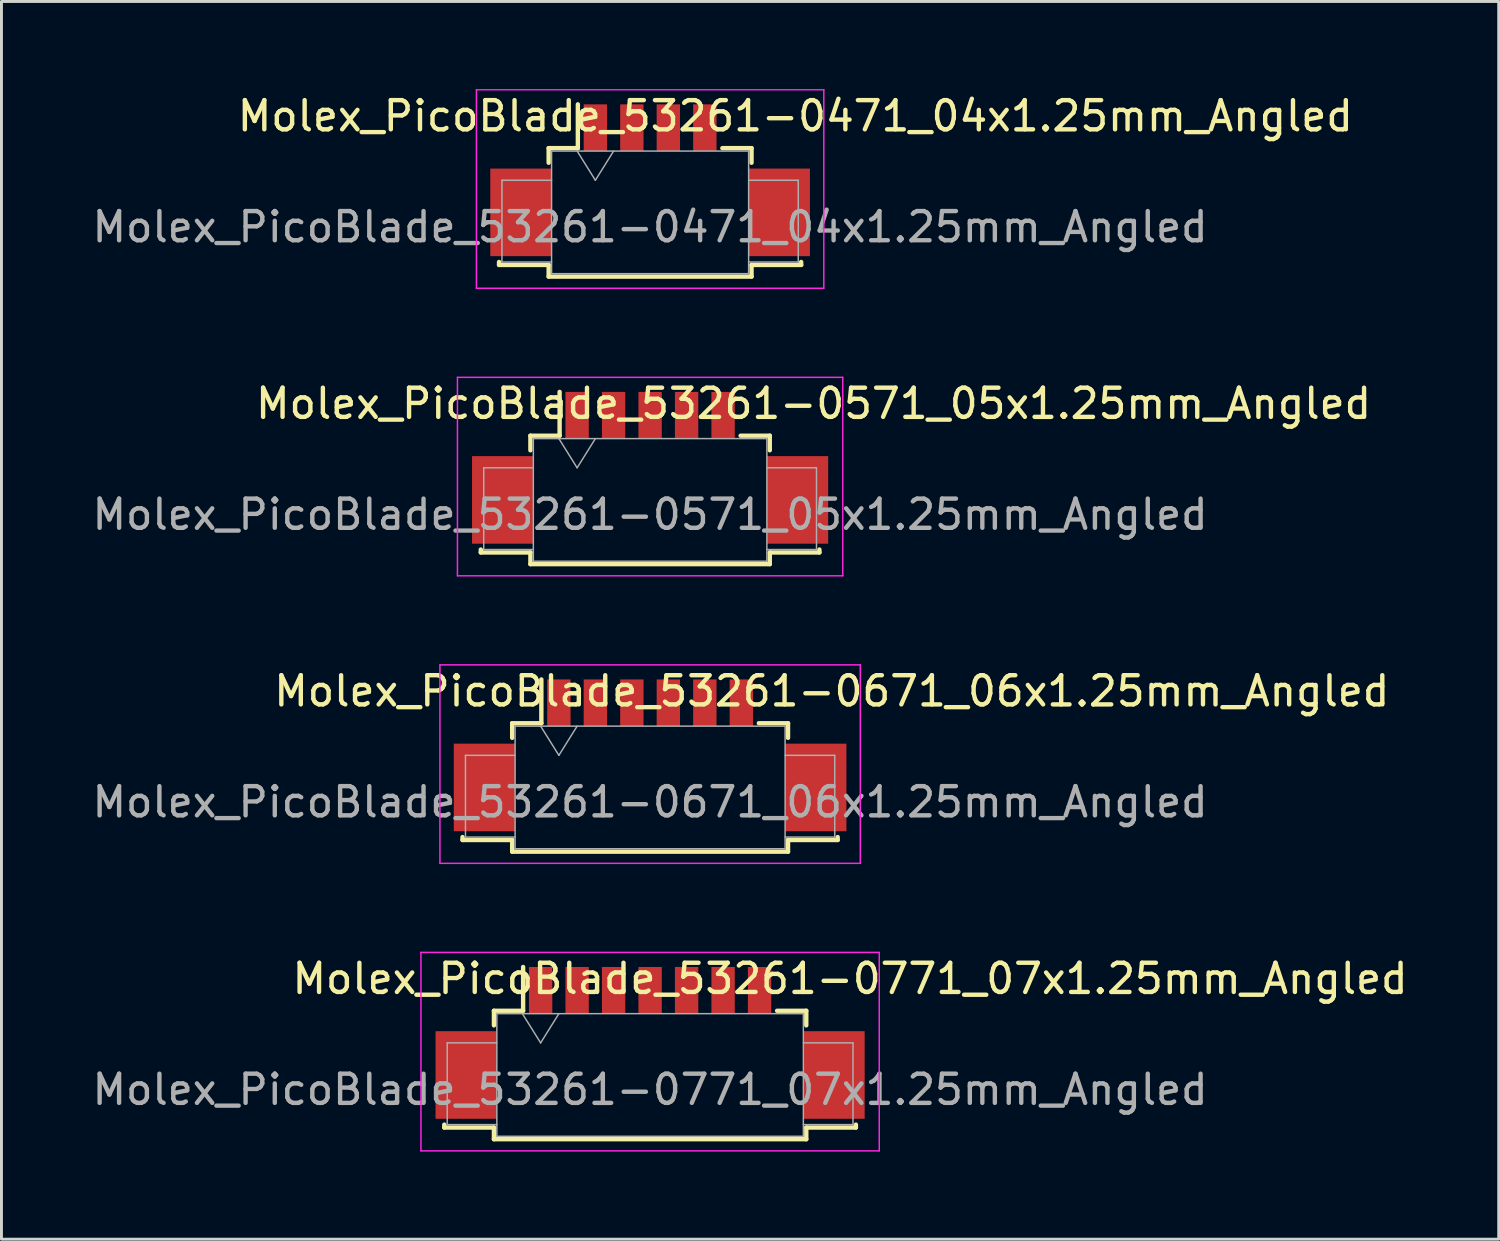
<source format=kicad_pcb>
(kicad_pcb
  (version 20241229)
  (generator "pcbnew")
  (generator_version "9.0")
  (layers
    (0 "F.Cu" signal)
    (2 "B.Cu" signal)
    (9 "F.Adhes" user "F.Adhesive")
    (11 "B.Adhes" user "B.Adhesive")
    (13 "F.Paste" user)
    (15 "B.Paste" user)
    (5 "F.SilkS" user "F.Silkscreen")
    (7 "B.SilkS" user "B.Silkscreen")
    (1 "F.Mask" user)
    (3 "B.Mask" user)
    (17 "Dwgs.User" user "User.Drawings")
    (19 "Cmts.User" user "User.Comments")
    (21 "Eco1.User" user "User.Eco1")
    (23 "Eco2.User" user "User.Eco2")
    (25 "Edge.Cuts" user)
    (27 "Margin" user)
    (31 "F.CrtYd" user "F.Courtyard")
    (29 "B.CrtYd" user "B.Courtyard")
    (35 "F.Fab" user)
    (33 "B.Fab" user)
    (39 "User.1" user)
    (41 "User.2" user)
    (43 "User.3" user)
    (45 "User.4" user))
  (footprint "Molex_PicoBlade_53261-0571_05x1.25mm_Angled"
    (layer "F.Cu")
    (at 19.22 14.075)
    (property "Reference" "Molex_PicoBlade_53261-0571_05x1.25mm_Angled" (at 0 0.5 0) (layer "F.Fab") (effects (font (size 1 1) (thickness 0.15))))
    (attr through_hole)
    (fp_line (start -5.8 1.7) (end -5.8 1.8) (stroke (width 0.15) (type solid)) (layer "F.SilkS"))
    (fp_line (start -5.8 1.8) (end -4.1 1.8) (stroke (width 0.15) (type solid)) (layer "F.SilkS"))
    (fp_line (start -4.1 -2.2) (end -4.1 -1.7) (stroke (width 0.15) (type solid)) (layer "F.SilkS"))
    (fp_line (start -4.1 1.8) (end -4.1 2.2) (stroke (width 0.15) (type solid)) (layer "F.SilkS"))
    (fp_line (start -4.1 2.2) (end 4.1 2.2) (stroke (width 0.15) (type solid)) (layer "F.SilkS"))
    (fp_line (start -3.1 -3.7) (end -3.1 -2.2) (stroke (width 0.15) (type solid)) (layer "F.SilkS"))
    (fp_line (start -3.1 -2.2) (end -4.1 -2.2) (stroke (width 0.15) (type solid)) (layer "F.SilkS"))
    (fp_line (start 3.1 -2.2) (end 4.1 -2.2) (stroke (width 0.15) (type solid)) (layer "F.SilkS"))
    (fp_line (start 4.1 -2.2) (end 4.1 -1.7) (stroke (width 0.15) (type solid)) (layer "F.SilkS"))
    (fp_line (start 4.1 1.8) (end 5.8 1.8) (stroke (width 0.15) (type solid)) (layer "F.SilkS"))
    (fp_line (start 4.1 2.2) (end 4.1 1.8) (stroke (width 0.15) (type solid)) (layer "F.SilkS"))
    (fp_line (start 5.8 1.8) (end 5.8 1.7) (stroke (width 0.15) (type solid)) (layer "F.SilkS"))
    (fp_line (start -6.6 -4.2) (end -6.6 2.6) (stroke (width 0.05) (type solid)) (layer "F.CrtYd"))
    (fp_line (start -6.6 2.6) (end 6.6 2.6) (stroke (width 0.05) (type solid)) (layer "F.CrtYd"))
    (fp_line (start 6.6 -4.2) (end -6.6 -4.2) (stroke (width 0.05) (type solid)) (layer "F.CrtYd"))
    (fp_line (start 6.6 2.6) (end 6.6 -4.2) (stroke (width 0.05) (type solid)) (layer "F.CrtYd"))
    (fp_line (start -5.7 -1.1) (end -4 -1.1) (stroke (width 0.05) (type solid)) (layer "F.Fab"))
    (fp_line (start -5.7 1.7) (end -5.7 -1.1) (stroke (width 0.05) (type solid)) (layer "F.Fab"))
    (fp_line (start -4 -2.1) (end 4 -2.1) (stroke (width 0.05) (type solid)) (layer "F.Fab"))
    (fp_line (start -4 1.7) (end -5.7 1.7) (stroke (width 0.05) (type solid)) (layer "F.Fab"))
    (fp_line (start -4 2.1) (end -4 -2.1) (stroke (width 0.05) (type solid)) (layer "F.Fab"))
    (fp_line (start -3.125 -2.1) (end -2.5 -1.1) (stroke (width 0.05) (type solid)) (layer "F.Fab"))
    (fp_line (start -2.5 -1.1) (end -1.875 -2.1) (stroke (width 0.05) (type solid)) (layer "F.Fab"))
    (fp_line (start 4 -2.1) (end 4 2.1) (stroke (width 0.05) (type solid)) (layer "F.Fab"))
    (fp_line (start 4 -1.1) (end 5.7 -1.1) (stroke (width 0.05) (type solid)) (layer "F.Fab"))
    (fp_line (start 4 2.1) (end -4 2.1) (stroke (width 0.05) (type solid)) (layer "F.Fab"))
    (fp_line (start 5.7 -1.1) (end 5.7 1.7) (stroke (width 0.05) (type solid)) (layer "F.Fab"))
    (fp_line (start 5.7 1.7) (end 4 1.7) (stroke (width 0.05) (type solid)) (layer "F.Fab"))
    (fp_text user "${REFERENCE}" (at 5.6 -3.3 0) (layer "F.SilkS") (effects (font (size 1 1) (thickness 0.15))))
    (pad "" smd rect (at -5.05 0) (size 2.1 3) (layers "F.Cu" "F.Mask" "F.Paste"))
    (pad "" smd rect (at 5.05 0) (size 2.1 3) (layers "F.Cu" "F.Mask" "F.Paste"))
    (pad "1" smd rect (at -2.5 -2.9) (size 0.8 1.6) (layers "F.Cu" "F.Mask" "F.Paste"))
    (pad "2" smd rect (at -1.25 -2.9) (size 0.8 1.6) (layers "F.Cu" "F.Mask" "F.Paste"))
    (pad "3" smd rect (at 0 -2.9) (size 0.8 1.6) (layers "F.Cu" "F.Mask" "F.Paste"))
    (pad "4" smd rect (at 1.25 -2.9) (size 0.8 1.6) (layers "F.Cu" "F.Mask" "F.Paste"))
    (pad "5" smd rect (at 2.5 -2.9) (size 0.8 1.6) (layers "F.Cu" "F.Mask" "F.Paste")))
  (footprint "Molex_PicoBlade_53261-0671_06x1.25mm_Angled"
    (layer "F.Cu")
    (at 19.22 23.925)
    (property "Reference" "Molex_PicoBlade_53261-0671_06x1.25mm_Angled" (at 0 0.5 0) (layer "F.Fab") (effects (font (size 1 1) (thickness 0.15))))
    (attr through_hole)
    (fp_line (start -6.425 1.7) (end -6.425 1.8) (stroke (width 0.15) (type solid)) (layer "F.SilkS"))
    (fp_line (start -6.425 1.8) (end -4.725 1.8) (stroke (width 0.15) (type solid)) (layer "F.SilkS"))
    (fp_line (start -4.725 -2.2) (end -4.725 -1.7) (stroke (width 0.15) (type solid)) (layer "F.SilkS"))
    (fp_line (start -4.725 1.8) (end -4.725 2.2) (stroke (width 0.15) (type solid)) (layer "F.SilkS"))
    (fp_line (start -4.725 2.2) (end 4.725 2.2) (stroke (width 0.15) (type solid)) (layer "F.SilkS"))
    (fp_line (start -3.725 -3.7) (end -3.725 -2.2) (stroke (width 0.15) (type solid)) (layer "F.SilkS"))
    (fp_line (start -3.725 -2.2) (end -4.725 -2.2) (stroke (width 0.15) (type solid)) (layer "F.SilkS"))
    (fp_line (start 3.725 -2.2) (end 4.725 -2.2) (stroke (width 0.15) (type solid)) (layer "F.SilkS"))
    (fp_line (start 4.725 -2.2) (end 4.725 -1.7) (stroke (width 0.15) (type solid)) (layer "F.SilkS"))
    (fp_line (start 4.725 1.8) (end 6.425 1.8) (stroke (width 0.15) (type solid)) (layer "F.SilkS"))
    (fp_line (start 4.725 2.2) (end 4.725 1.8) (stroke (width 0.15) (type solid)) (layer "F.SilkS"))
    (fp_line (start 6.425 1.8) (end 6.425 1.7) (stroke (width 0.15) (type solid)) (layer "F.SilkS"))
    (fp_line (start -7.2 -4.2) (end -7.2 2.6) (stroke (width 0.05) (type solid)) (layer "F.CrtYd"))
    (fp_line (start -7.2 2.6) (end 7.2 2.6) (stroke (width 0.05) (type solid)) (layer "F.CrtYd"))
    (fp_line (start 7.2 -4.2) (end -7.2 -4.2) (stroke (width 0.05) (type solid)) (layer "F.CrtYd"))
    (fp_line (start 7.2 2.6) (end 7.2 -4.2) (stroke (width 0.05) (type solid)) (layer "F.CrtYd"))
    (fp_line (start -6.325 -1.1) (end -4.625 -1.1) (stroke (width 0.05) (type solid)) (layer "F.Fab"))
    (fp_line (start -6.325 1.7) (end -6.325 -1.1) (stroke (width 0.05) (type solid)) (layer "F.Fab"))
    (fp_line (start -4.625 -2.1) (end 4.625 -2.1) (stroke (width 0.05) (type solid)) (layer "F.Fab"))
    (fp_line (start -4.625 1.7) (end -6.325 1.7) (stroke (width 0.05) (type solid)) (layer "F.Fab"))
    (fp_line (start -4.625 2.1) (end -4.625 -2.1) (stroke (width 0.05) (type solid)) (layer "F.Fab"))
    (fp_line (start -3.75 -2.1) (end -3.125 -1.1) (stroke (width 0.05) (type solid)) (layer "F.Fab"))
    (fp_line (start -3.125 -1.1) (end -2.5 -2.1) (stroke (width 0.05) (type solid)) (layer "F.Fab"))
    (fp_line (start 4.625 -2.1) (end 4.625 2.1) (stroke (width 0.05) (type solid)) (layer "F.Fab"))
    (fp_line (start 4.625 -1.1) (end 6.325 -1.1) (stroke (width 0.05) (type solid)) (layer "F.Fab"))
    (fp_line (start 4.625 2.1) (end -4.625 2.1) (stroke (width 0.05) (type solid)) (layer "F.Fab"))
    (fp_line (start 6.325 -1.1) (end 6.325 1.7) (stroke (width 0.05) (type solid)) (layer "F.Fab"))
    (fp_line (start 6.325 1.7) (end 4.625 1.7) (stroke (width 0.05) (type solid)) (layer "F.Fab"))
    (fp_text user "${REFERENCE}" (at 6.225 -3.3 0) (layer "F.SilkS") (effects (font (size 1 1) (thickness 0.15))))
    (pad "" smd rect (at -5.675 0) (size 2.1 3) (layers "F.Cu" "F.Mask" "F.Paste"))
    (pad "" smd rect (at 5.675 0) (size 2.1 3) (layers "F.Cu" "F.Mask" "F.Paste"))
    (pad "1" smd rect (at -3.125 -2.9) (size 0.8 1.6) (layers "F.Cu" "F.Mask" "F.Paste"))
    (pad "2" smd rect (at -1.875 -2.9) (size 0.8 1.6) (layers "F.Cu" "F.Mask" "F.Paste"))
    (pad "3" smd rect (at -0.625 -2.9) (size 0.8 1.6) (layers "F.Cu" "F.Mask" "F.Paste"))
    (pad "4" smd rect (at 0.625 -2.9) (size 0.8 1.6) (layers "F.Cu" "F.Mask" "F.Paste"))
    (pad "5" smd rect (at 1.875 -2.9) (size 0.8 1.6) (layers "F.Cu" "F.Mask" "F.Paste"))
    (pad "6" smd rect (at 3.125 -2.9) (size 0.8 1.6) (layers "F.Cu" "F.Mask" "F.Paste")))
  (footprint "Molex_PicoBlade_53261-0471_04x1.25mm_Angled"
    (layer "F.Cu")
    (at 19.22 4.225)
    (property "Reference" "Molex_PicoBlade_53261-0471_04x1.25mm_Angled" (at 0 0.5 0) (layer "F.Fab") (effects (font (size 1 1) (thickness 0.15))))
    (attr through_hole)
    (fp_line (start -5.175 1.7) (end -5.175 1.8) (stroke (width 0.15) (type solid)) (layer "F.SilkS"))
    (fp_line (start -5.175 1.8) (end -3.475 1.8) (stroke (width 0.15) (type solid)) (layer "F.SilkS"))
    (fp_line (start -3.475 -2.2) (end -3.475 -1.7) (stroke (width 0.15) (type solid)) (layer "F.SilkS"))
    (fp_line (start -3.475 1.8) (end -3.475 2.2) (stroke (width 0.15) (type solid)) (layer "F.SilkS"))
    (fp_line (start -3.475 2.2) (end 3.475 2.2) (stroke (width 0.15) (type solid)) (layer "F.SilkS"))
    (fp_line (start -2.475 -3.7) (end -2.475 -2.2) (stroke (width 0.15) (type solid)) (layer "F.SilkS"))
    (fp_line (start -2.475 -2.2) (end -3.475 -2.2) (stroke (width 0.15) (type solid)) (layer "F.SilkS"))
    (fp_line (start 2.475 -2.2) (end 3.475 -2.2) (stroke (width 0.15) (type solid)) (layer "F.SilkS"))
    (fp_line (start 3.475 -2.2) (end 3.475 -1.7) (stroke (width 0.15) (type solid)) (layer "F.SilkS"))
    (fp_line (start 3.475 1.8) (end 5.175 1.8) (stroke (width 0.15) (type solid)) (layer "F.SilkS"))
    (fp_line (start 3.475 2.2) (end 3.475 1.8) (stroke (width 0.15) (type solid)) (layer "F.SilkS"))
    (fp_line (start 5.175 1.8) (end 5.175 1.7) (stroke (width 0.15) (type solid)) (layer "F.SilkS"))
    (fp_line (start -5.95 -4.2) (end -5.95 2.6) (stroke (width 0.05) (type solid)) (layer "F.CrtYd"))
    (fp_line (start -5.95 2.6) (end 5.95 2.6) (stroke (width 0.05) (type solid)) (layer "F.CrtYd"))
    (fp_line (start 5.95 -4.2) (end -5.95 -4.2) (stroke (width 0.05) (type solid)) (layer "F.CrtYd"))
    (fp_line (start 5.95 2.6) (end 5.95 -4.2) (stroke (width 0.05) (type solid)) (layer "F.CrtYd"))
    (fp_line (start -5.075 -1.1) (end -3.375 -1.1) (stroke (width 0.05) (type solid)) (layer "F.Fab"))
    (fp_line (start -5.075 1.7) (end -5.075 -1.1) (stroke (width 0.05) (type solid)) (layer "F.Fab"))
    (fp_line (start -3.375 -2.1) (end 3.375 -2.1) (stroke (width 0.05) (type solid)) (layer "F.Fab"))
    (fp_line (start -3.375 1.7) (end -5.075 1.7) (stroke (width 0.05) (type solid)) (layer "F.Fab"))
    (fp_line (start -3.375 2.1) (end -3.375 -2.1) (stroke (width 0.05) (type solid)) (layer "F.Fab"))
    (fp_line (start -2.5 -2.1) (end -1.875 -1.1) (stroke (width 0.05) (type solid)) (layer "F.Fab"))
    (fp_line (start -1.875 -1.1) (end -1.25 -2.1) (stroke (width 0.05) (type solid)) (layer "F.Fab"))
    (fp_line (start 3.375 -2.1) (end 3.375 2.1) (stroke (width 0.05) (type solid)) (layer "F.Fab"))
    (fp_line (start 3.375 -1.1) (end 5.075 -1.1) (stroke (width 0.05) (type solid)) (layer "F.Fab"))
    (fp_line (start 3.375 2.1) (end -3.375 2.1) (stroke (width 0.05) (type solid)) (layer "F.Fab"))
    (fp_line (start 5.075 -1.1) (end 5.075 1.7) (stroke (width 0.05) (type solid)) (layer "F.Fab"))
    (fp_line (start 5.075 1.7) (end 3.375 1.7) (stroke (width 0.05) (type solid)) (layer "F.Fab"))
    (fp_text user "${REFERENCE}" (at 4.975 -3.3 0) (layer "F.SilkS") (effects (font (size 1 1) (thickness 0.15))))
    (pad "" smd rect (at -4.425 0) (size 2.1 3) (layers "F.Cu" "F.Mask" "F.Paste"))
    (pad "" smd rect (at 4.425 0) (size 2.1 3) (layers "F.Cu" "F.Mask" "F.Paste"))
    (pad "1" smd rect (at -1.875 -2.9) (size 0.8 1.6) (layers "F.Cu" "F.Mask" "F.Paste"))
    (pad "2" smd rect (at -0.625 -2.9) (size 0.8 1.6) (layers "F.Cu" "F.Mask" "F.Paste"))
    (pad "3" smd rect (at 0.625 -2.9) (size 0.8 1.6) (layers "F.Cu" "F.Mask" "F.Paste"))
    (pad "4" smd rect (at 1.875 -2.9) (size 0.8 1.6) (layers "F.Cu" "F.Mask" "F.Paste")))
  (footprint "Molex_PicoBlade_53261-0771_07x1.25mm_Angled"
    (layer "F.Cu")
    (at 19.22 33.775)
    (property "Reference" "Molex_PicoBlade_53261-0771_07x1.25mm_Angled" (at 0 0.5 0) (layer "F.Fab") (effects (font (size 1 1) (thickness 0.15))))
    (attr through_hole)
    (fp_line (start -7.05 1.7) (end -7.05 1.8) (stroke (width 0.15) (type solid)) (layer "F.SilkS"))
    (fp_line (start -7.05 1.8) (end -5.35 1.8) (stroke (width 0.15) (type solid)) (layer "F.SilkS"))
    (fp_line (start -5.35 -2.2) (end -5.35 -1.7) (stroke (width 0.15) (type solid)) (layer "F.SilkS"))
    (fp_line (start -5.35 1.8) (end -5.35 2.2) (stroke (width 0.15) (type solid)) (layer "F.SilkS"))
    (fp_line (start -5.35 2.2) (end 5.35 2.2) (stroke (width 0.15) (type solid)) (layer "F.SilkS"))
    (fp_line (start -4.35 -3.7) (end -4.35 -2.2) (stroke (width 0.15) (type solid)) (layer "F.SilkS"))
    (fp_line (start -4.35 -2.2) (end -5.35 -2.2) (stroke (width 0.15) (type solid)) (layer "F.SilkS"))
    (fp_line (start 4.35 -2.2) (end 5.35 -2.2) (stroke (width 0.15) (type solid)) (layer "F.SilkS"))
    (fp_line (start 5.35 -2.2) (end 5.35 -1.7) (stroke (width 0.15) (type solid)) (layer "F.SilkS"))
    (fp_line (start 5.35 1.8) (end 7.05 1.8) (stroke (width 0.15) (type solid)) (layer "F.SilkS"))
    (fp_line (start 5.35 2.2) (end 5.35 1.8) (stroke (width 0.15) (type solid)) (layer "F.SilkS"))
    (fp_line (start 7.05 1.8) (end 7.05 1.7) (stroke (width 0.15) (type solid)) (layer "F.SilkS"))
    (fp_line (start -7.85 -4.2) (end -7.85 2.6) (stroke (width 0.05) (type solid)) (layer "F.CrtYd"))
    (fp_line (start -7.85 2.6) (end 7.85 2.6) (stroke (width 0.05) (type solid)) (layer "F.CrtYd"))
    (fp_line (start 7.85 -4.2) (end -7.85 -4.2) (stroke (width 0.05) (type solid)) (layer "F.CrtYd"))
    (fp_line (start 7.85 2.6) (end 7.85 -4.2) (stroke (width 0.05) (type solid)) (layer "F.CrtYd"))
    (fp_line (start -6.95 -1.1) (end -5.25 -1.1) (stroke (width 0.05) (type solid)) (layer "F.Fab"))
    (fp_line (start -6.95 1.7) (end -6.95 -1.1) (stroke (width 0.05) (type solid)) (layer "F.Fab"))
    (fp_line (start -5.25 -2.1) (end 5.25 -2.1) (stroke (width 0.05) (type solid)) (layer "F.Fab"))
    (fp_line (start -5.25 1.7) (end -6.95 1.7) (stroke (width 0.05) (type solid)) (layer "F.Fab"))
    (fp_line (start -5.25 2.1) (end -5.25 -2.1) (stroke (width 0.05) (type solid)) (layer "F.Fab"))
    (fp_line (start -4.375 -2.1) (end -3.75 -1.1) (stroke (width 0.05) (type solid)) (layer "F.Fab"))
    (fp_line (start -3.75 -1.1) (end -3.125 -2.1) (stroke (width 0.05) (type solid)) (layer "F.Fab"))
    (fp_line (start 5.25 -2.1) (end 5.25 2.1) (stroke (width 0.05) (type solid)) (layer "F.Fab"))
    (fp_line (start 5.25 -1.1) (end 6.95 -1.1) (stroke (width 0.05) (type solid)) (layer "F.Fab"))
    (fp_line (start 5.25 2.1) (end -5.25 2.1) (stroke (width 0.05) (type solid)) (layer "F.Fab"))
    (fp_line (start 6.95 -1.1) (end 6.95 1.7) (stroke (width 0.05) (type solid)) (layer "F.Fab"))
    (fp_line (start 6.95 1.7) (end 5.25 1.7) (stroke (width 0.05) (type solid)) (layer "F.Fab"))
    (fp_text user "${REFERENCE}" (at 6.85 -3.3 0) (layer "F.SilkS") (effects (font (size 1 1) (thickness 0.15))))
    (pad "" smd rect (at -6.3 0) (size 2.1 3) (layers "F.Cu" "F.Mask" "F.Paste"))
    (pad "" smd rect (at 6.3 0) (size 2.1 3) (layers "F.Cu" "F.Mask" "F.Paste"))
    (pad "1" smd rect (at -3.75 -2.9) (size 0.8 1.6) (layers "F.Cu" "F.Mask" "F.Paste"))
    (pad "2" smd rect (at -2.5 -2.9) (size 0.8 1.6) (layers "F.Cu" "F.Mask" "F.Paste"))
    (pad "3" smd rect (at -1.25 -2.9) (size 0.8 1.6) (layers "F.Cu" "F.Mask" "F.Paste"))
    (pad "4" smd rect (at 0 -2.9) (size 0.8 1.6) (layers "F.Cu" "F.Mask" "F.Paste"))
    (pad "5" smd rect (at 1.25 -2.9) (size 0.8 1.6) (layers "F.Cu" "F.Mask" "F.Paste"))
    (pad "6" smd rect (at 2.5 -2.9) (size 0.8 1.6) (layers "F.Cu" "F.Mask" "F.Paste"))
    (pad "7" smd rect (at 3.75 -2.9) (size 0.8 1.6) (layers "F.Cu" "F.Mask" "F.Paste")))
  (gr_rect
    (start -3 -3)
    (end 48.29 39.4)
    (stroke (width 0.1) (type default))
    (fill no)
    (layer "Edge.Cuts")))
</source>
